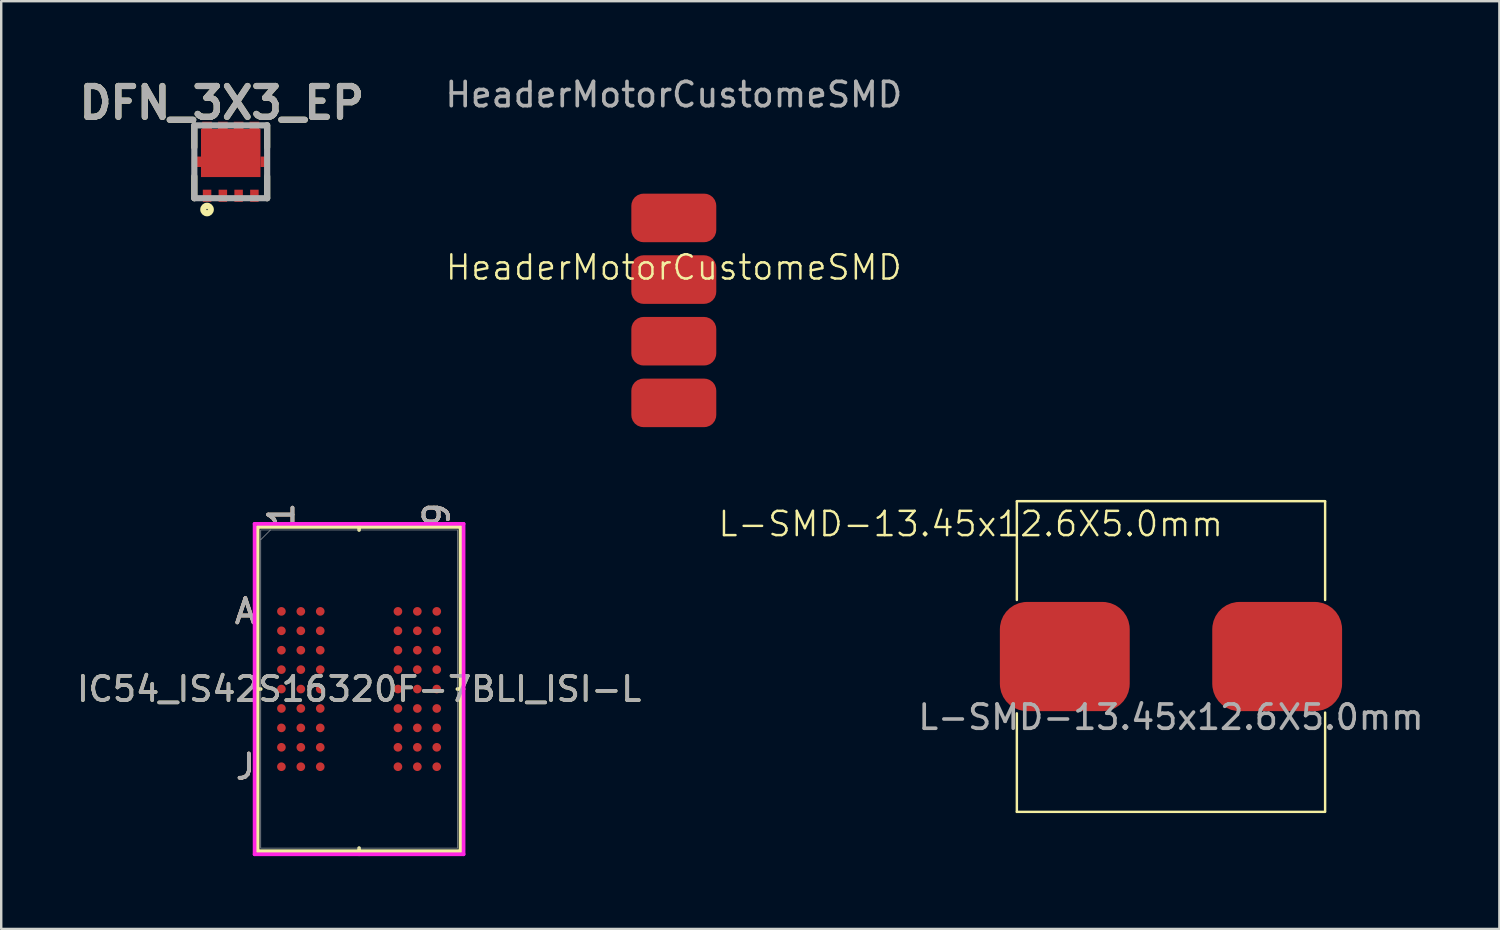
<source format=kicad_pcb>
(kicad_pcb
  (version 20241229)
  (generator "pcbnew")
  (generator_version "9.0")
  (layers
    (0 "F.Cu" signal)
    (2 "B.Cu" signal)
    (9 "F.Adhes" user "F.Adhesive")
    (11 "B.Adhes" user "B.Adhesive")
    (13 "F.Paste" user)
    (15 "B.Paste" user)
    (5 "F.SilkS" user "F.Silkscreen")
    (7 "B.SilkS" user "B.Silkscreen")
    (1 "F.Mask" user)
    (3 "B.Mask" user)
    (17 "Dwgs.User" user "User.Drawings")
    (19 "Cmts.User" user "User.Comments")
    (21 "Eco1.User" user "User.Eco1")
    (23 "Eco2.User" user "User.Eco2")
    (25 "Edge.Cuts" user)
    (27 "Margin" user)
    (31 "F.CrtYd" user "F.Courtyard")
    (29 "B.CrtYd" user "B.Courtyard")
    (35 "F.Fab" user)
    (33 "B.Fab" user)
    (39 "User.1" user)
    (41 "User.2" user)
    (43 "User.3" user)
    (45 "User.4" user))
  (footprint "IC54_IS42S16320F-7BLI_ISI-L"
    (layer "F.Cu")
    (at 11.744 25.338)
    (property "Reference" "IC54_IS42S16320F-7BLI_ISI-L" (at 0 0 0) (unlocked yes) (layer "F.SilkS") (effects (font (size 1 1) (thickness 0.15))))
    (attr smd)
    (fp_line (start -4.178 -6.68) (end -4.178 6.68) (stroke (width 0.152) (type solid)) (layer "F.SilkS"))
    (fp_line (start -4.178 6.68) (end 4.178 6.68) (stroke (width 0.152) (type solid)) (layer "F.SilkS"))
    (fp_line (start -4.051 0) (end -4.305 0) (stroke (width 0.152) (type solid)) (layer "F.SilkS"))
    (fp_line (start 0 -6.553) (end 0 -6.807) (stroke (width 0.152) (type solid)) (layer "F.SilkS"))
    (fp_line (start 0 6.553) (end 0 6.807) (stroke (width 0.152) (type solid)) (layer "F.SilkS"))
    (fp_line (start 4.051 0) (end 4.305 0) (stroke (width 0.152) (type solid)) (layer "F.SilkS"))
    (fp_line (start 4.178 -6.68) (end -4.178 -6.68) (stroke (width 0.152) (type solid)) (layer "F.SilkS"))
    (fp_line (start 4.178 6.68) (end 4.178 -6.68) (stroke (width 0.152) (type solid)) (layer "F.SilkS"))
    (fp_poly (pts (xy -4.045 -4.045) (xy 4.045 -4.045) (xy 4.045 4.045) (xy -4.045 4.045)) (stroke (width 0.1) (type solid)) (fill no) (layer "Eco2.User"))
    (fp_line (start -4.305 -6.807) (end 4.305 -6.807) (stroke (width 0.152) (type solid)) (layer "F.CrtYd"))
    (fp_line (start -4.305 6.807) (end -4.305 -6.807) (stroke (width 0.152) (type solid)) (layer "F.CrtYd"))
    (fp_line (start 4.305 -6.807) (end 4.305 6.807) (stroke (width 0.152) (type solid)) (layer "F.CrtYd"))
    (fp_line (start 4.305 6.807) (end -4.305 6.807) (stroke (width 0.152) (type solid)) (layer "F.CrtYd"))
    (fp_line (start -4.051 -6.553) (end -4.051 6.553) (stroke (width 0.025) (type solid)) (layer "F.Fab"))
    (fp_line (start -4.051 6.553) (end 4.051 6.553) (stroke (width 0.025) (type solid)) (layer "F.Fab"))
    (fp_line (start -3.651 -6.553) (end -4.051 -6.153) (stroke (width 0.025) (type solid)) (layer "F.Fab"))
    (fp_line (start 4.051 -6.553) (end -4.051 -6.553) (stroke (width 0.025) (type solid)) (layer "F.Fab"))
    (fp_line (start 4.051 6.553) (end 4.051 -6.553) (stroke (width 0.025) (type solid)) (layer "F.Fab"))
    (fp_text user "A" (at -4.686 -3.2 0) (unlocked yes) (layer "F.SilkS") (effects (font (size 1 1) (thickness 0.15))))
    (fp_text user "J" (at -4.686 3.2 0) (unlocked yes) (layer "F.SilkS") (effects (font (size 1 1) (thickness 0.15))))
    (fp_text user "1" (at -3.2 -7.188 90) (unlocked yes) (layer "F.SilkS") (effects (font (size 1 1) (thickness 0.15))))
    (fp_text user "9" (at 3.2 -7.188 90) (unlocked yes) (layer "F.SilkS") (effects (font (size 1 1) (thickness 0.15))))
    (fp_text user "9" (at 3.2 -7.188 90) (unlocked yes) (layer "B.SilkS") (effects (font (size 1 1) (thickness 0.15))))
    (fp_text user "J" (at -4.686 3.2 0) (unlocked yes) (layer "B.SilkS") (effects (font (size 1 1) (thickness 0.15))))
    (fp_text user "1" (at -3.2 -7.188 90) (unlocked yes) (layer "B.SilkS") (effects (font (size 1 1) (thickness 0.15))))
    (fp_text user "A" (at -4.686 -3.2 0) (unlocked yes) (layer "B.SilkS") (effects (font (size 1 1) (thickness 0.15))))
    (fp_text user "${REFERENCE}" (at 0 0 0) (unlocked yes) (layer "F.Fab") (effects (font (size 1 1) (thickness 0.15))))
    (fp_text user "1" (at -3.2 -7.188 90) (unlocked yes) (layer "F.Fab") (effects (font (size 1 1) (thickness 0.15))))
    (fp_text user "J" (at -4.686 3.2 0) (unlocked yes) (layer "F.Fab") (effects (font (size 1 1) (thickness 0.15))))
    (fp_text user "9" (at 3.2 -7.188 90) (unlocked yes) (layer "F.Fab") (effects (font (size 1 1) (thickness 0.15))))
    (fp_text user "A" (at -4.686 -3.2 0) (unlocked yes) (layer "F.Fab") (effects (font (size 1 1) (thickness 0.15))))
    (pad "A1" smd circle (at -3.2 -3.2) (size 0.356 0.356) (layers "F.Cu" "F.Mask" "F.Paste"))
    (pad "A2" smd circle (at -2.4 -3.2) (size 0.356 0.356) (layers "F.Cu" "F.Mask" "F.Paste"))
    (pad "A3" smd circle (at -1.6 -3.2) (size 0.356 0.356) (layers "F.Cu" "F.Mask" "F.Paste"))
    (pad "A7" smd circle (at 1.6 -3.2) (size 0.356 0.356) (layers "F.Cu" "F.Mask" "F.Paste"))
    (pad "A8" smd circle (at 2.4 -3.2) (size 0.356 0.356) (layers "F.Cu" "F.Mask" "F.Paste"))
    (pad "A9" smd circle (at 3.2 -3.2) (size 0.356 0.356) (layers "F.Cu" "F.Mask" "F.Paste"))
    (pad "B1" smd circle (at -3.2 -2.4) (size 0.356 0.356) (layers "F.Cu" "F.Mask" "F.Paste"))
    (pad "B2" smd circle (at -2.4 -2.4) (size 0.356 0.356) (layers "F.Cu" "F.Mask" "F.Paste"))
    (pad "B3" smd circle (at -1.6 -2.4) (size 0.356 0.356) (layers "F.Cu" "F.Mask" "F.Paste"))
    (pad "B7" smd circle (at 1.6 -2.4) (size 0.356 0.356) (layers "F.Cu" "F.Mask" "F.Paste"))
    (pad "B8" smd circle (at 2.4 -2.4) (size 0.356 0.356) (layers "F.Cu" "F.Mask" "F.Paste"))
    (pad "B9" smd circle (at 3.2 -2.4) (size 0.356 0.356) (layers "F.Cu" "F.Mask" "F.Paste"))
    (pad "C1" smd circle (at -3.2 -1.6) (size 0.356 0.356) (layers "F.Cu" "F.Mask" "F.Paste"))
    (pad "C2" smd circle (at -2.4 -1.6) (size 0.356 0.356) (layers "F.Cu" "F.Mask" "F.Paste"))
    (pad "C3" smd circle (at -1.6 -1.6) (size 0.356 0.356) (layers "F.Cu" "F.Mask" "F.Paste"))
    (pad "C7" smd circle (at 1.6 -1.6) (size 0.356 0.356) (layers "F.Cu" "F.Mask" "F.Paste"))
    (pad "C8" smd circle (at 2.4 -1.6) (size 0.356 0.356) (layers "F.Cu" "F.Mask" "F.Paste"))
    (pad "C9" smd circle (at 3.2 -1.6) (size 0.356 0.356) (layers "F.Cu" "F.Mask" "F.Paste"))
    (pad "D1" smd circle (at -3.2 -0.8) (size 0.356 0.356) (layers "F.Cu" "F.Mask" "F.Paste"))
    (pad "D2" smd circle (at -2.4 -0.8) (size 0.356 0.356) (layers "F.Cu" "F.Mask" "F.Paste"))
    (pad "D3" smd circle (at -1.6 -0.8) (size 0.356 0.356) (layers "F.Cu" "F.Mask" "F.Paste"))
    (pad "D7" smd circle (at 1.6 -0.8) (size 0.356 0.356) (layers "F.Cu" "F.Mask" "F.Paste"))
    (pad "D8" smd circle (at 2.4 -0.8) (size 0.356 0.356) (layers "F.Cu" "F.Mask" "F.Paste"))
    (pad "D9" smd circle (at 3.2 -0.8) (size 0.356 0.356) (layers "F.Cu" "F.Mask" "F.Paste"))
    (pad "E1" smd circle (at -3.2 0) (size 0.356 0.356) (layers "F.Cu" "F.Mask" "F.Paste"))
    (pad "E2" smd circle (at -2.4 0) (size 0.356 0.356) (layers "F.Cu" "F.Mask" "F.Paste"))
    (pad "E3" smd circle (at -1.6 0) (size 0.356 0.356) (layers "F.Cu" "F.Mask" "F.Paste"))
    (pad "E7" smd circle (at 1.6 0) (size 0.356 0.356) (layers "F.Cu" "F.Mask" "F.Paste"))
    (pad "E8" smd circle (at 2.4 0) (size 0.356 0.356) (layers "F.Cu" "F.Mask" "F.Paste"))
    (pad "E9" smd circle (at 3.2 0) (size 0.356 0.356) (layers "F.Cu" "F.Mask" "F.Paste"))
    (pad "F1" smd circle (at -3.2 0.8) (size 0.356 0.356) (layers "F.Cu" "F.Mask" "F.Paste"))
    (pad "F2" smd circle (at -2.4 0.8) (size 0.356 0.356) (layers "F.Cu" "F.Mask" "F.Paste"))
    (pad "F3" smd circle (at -1.6 0.8) (size 0.356 0.356) (layers "F.Cu" "F.Mask" "F.Paste"))
    (pad "F7" smd circle (at 1.6 0.8) (size 0.356 0.356) (layers "F.Cu" "F.Mask" "F.Paste"))
    (pad "F8" smd circle (at 2.4 0.8) (size 0.356 0.356) (layers "F.Cu" "F.Mask" "F.Paste"))
    (pad "F9" smd circle (at 3.2 0.8) (size 0.356 0.356) (layers "F.Cu" "F.Mask" "F.Paste"))
    (pad "G1" smd circle (at -3.2 1.6) (size 0.356 0.356) (layers "F.Cu" "F.Mask" "F.Paste"))
    (pad "G2" smd circle (at -2.4 1.6) (size 0.356 0.356) (layers "F.Cu" "F.Mask" "F.Paste"))
    (pad "G3" smd circle (at -1.6 1.6) (size 0.356 0.356) (layers "F.Cu" "F.Mask" "F.Paste"))
    (pad "G7" smd circle (at 1.6 1.6) (size 0.356 0.356) (layers "F.Cu" "F.Mask" "F.Paste"))
    (pad "G8" smd circle (at 2.4 1.6) (size 0.356 0.356) (layers "F.Cu" "F.Mask" "F.Paste"))
    (pad "G9" smd circle (at 3.2 1.6) (size 0.356 0.356) (layers "F.Cu" "F.Mask" "F.Paste"))
    (pad "H1" smd circle (at -3.2 2.4) (size 0.356 0.356) (layers "F.Cu" "F.Mask" "F.Paste"))
    (pad "H2" smd circle (at -2.4 2.4) (size 0.356 0.356) (layers "F.Cu" "F.Mask" "F.Paste"))
    (pad "H3" smd circle (at -1.6 2.4) (size 0.356 0.356) (layers "F.Cu" "F.Mask" "F.Paste"))
    (pad "H7" smd circle (at 1.6 2.4) (size 0.356 0.356) (layers "F.Cu" "F.Mask" "F.Paste"))
    (pad "H8" smd circle (at 2.4 2.4) (size 0.356 0.356) (layers "F.Cu" "F.Mask" "F.Paste"))
    (pad "H9" smd circle (at 3.2 2.4) (size 0.356 0.356) (layers "F.Cu" "F.Mask" "F.Paste"))
    (pad "J1" smd circle (at -3.2 3.2) (size 0.356 0.356) (layers "F.Cu" "F.Mask" "F.Paste"))
    (pad "J2" smd circle (at -2.4 3.2) (size 0.356 0.356) (layers "F.Cu" "F.Mask" "F.Paste"))
    (pad "J3" smd circle (at -1.6 3.2) (size 0.356 0.356) (layers "F.Cu" "F.Mask" "F.Paste"))
    (pad "J7" smd circle (at 1.6 3.2) (size 0.356 0.356) (layers "F.Cu" "F.Mask" "F.Paste"))
    (pad "J8" smd circle (at 2.4 3.2) (size 0.356 0.356) (layers "F.Cu" "F.Mask" "F.Paste"))
    (pad "J9" smd circle (at 3.2 3.2) (size 0.356 0.356) (layers "F.Cu" "F.Mask" "F.Paste")))
  (footprint "HeaderMotorCustomeSMD"
    (layer "F.Cu")
    (at 24.71 9.738)
    (property "Reference" "HeaderMotorCustomeSMD" (at 0 -1.77 0) (unlocked yes) (layer "F.SilkS") (effects (font (size 1 1) (thickness 0.1))))
    (attr smd)
    (fp_text user "${REFERENCE}" (at 0 -8.89 0) (unlocked yes) (layer "F.Fab") (effects (font (size 1 1) (thickness 0.15))))
    (pad "1" smd roundrect (at 0 -3.81) (size 3.5 2) (layers "F.Cu" "F.Mask" "F.Paste") (roundrect_rratio 0.25))
    (pad "2" smd roundrect (at 0 -1.27) (size 3.5 2) (layers "F.Cu" "F.Mask" "F.Paste") (roundrect_rratio 0.25))
    (pad "3" smd roundrect (at 0 1.27) (size 3.5 2) (layers "F.Cu" "F.Mask" "F.Paste") (roundrect_rratio 0.25))
    (pad "4" smd roundrect (at 0 3.81) (size 3.5 2) (layers "F.Cu" "F.Mask" "F.Paste") (roundrect_rratio 0.25)))
  (footprint "DFN_3X3_EP"
    (layer "F.Cu")
    (at 6.456 3.615)
    (property "Reference" "DFN_3X3_EP" (at -0.366 -2.426 0) (layer "F.SilkS") (effects (font (size 1.27 1.27) (thickness 0.254))))
    (attr smd)
    (fp_line (start -1.5 -1.5) (end -1.5 -0.6) (stroke (width 0.254) (type solid)) (layer "F.SilkS"))
    (fp_line (start -1.5 1.5) (end -1.5 0.6) (stroke (width 0.254) (type solid)) (layer "F.SilkS"))
    (fp_line (start 1.5 -1.5) (end 1.5 -0.6) (stroke (width 0.254) (type solid)) (layer "F.SilkS"))
    (fp_line (start 1.5 1.5) (end 1.5 0.6) (stroke (width 0.254) (type solid)) (layer "F.SilkS"))
    (fp_circle (center -0.976 1.967) (end -0.976 1.994) (stroke (width 0.254) (type solid)) (fill no) (layer "F.SilkS"))
    (fp_line (start -1.5 -1.5) (end 1.5 -1.5) (stroke (width 0.254) (type solid)) (layer "F.Fab"))
    (fp_line (start -1.5 1.5) (end -1.5 -1.5) (stroke (width 0.254) (type solid)) (layer "F.Fab"))
    (fp_line (start 1.5 -1.5) (end 1.5 1.5) (stroke (width 0.254) (type solid)) (layer "F.Fab"))
    (fp_line (start 1.5 1.5) (end -1.5 1.5) (stroke (width 0.254) (type solid)) (layer "F.Fab"))
    (fp_text user "${REFERENCE}" (at -0.366 -2.426 0) (layer "F.Fab") (effects (font (size 1.27 1.27) (thickness 0.254))))
    (pad "1" smd rect (at -0.975 1.4) (size 0.35 0.5) (layers "F.Cu" "F.Mask" "F.Paste"))
    (pad "2" smd rect (at -0.325 1.4) (size 0.35 0.5) (layers "F.Cu" "F.Mask" "F.Paste"))
    (pad "3" smd rect (at 0.325 1.4) (size 0.35 0.5) (layers "F.Cu" "F.Mask" "F.Paste"))
    (pad "4" smd rect (at 0.975 1.4) (size 0.35 0.5) (layers "F.Cu" "F.Mask" "F.Paste"))
    (pad "5" smd rect (at 0.975 -1.5 90) (size 0.3 0.4) (layers "F.Cu" "F.Mask" "F.Paste"))
    (pad "6" smd rect (at 0.325 -1.5 90) (size 0.3 0.4) (layers "F.Cu" "F.Mask" "F.Paste"))
    (pad "7" smd rect (at -0.325 -1.5 90) (size 0.3 0.4) (layers "F.Cu" "F.Mask" "F.Paste"))
    (pad "8" smd rect (at -0.975 -1.5 90) (size 0.3 0.4) (layers "F.Cu" "F.Mask" "F.Paste"))
    (pad "9" smd rect (at -1.415 0) (size 0.38 0.43) (layers "F.Cu" "F.Mask" "F.Paste"))
    (pad "10" smd rect (at 0 -0.36 90) (size 1.98 2.45) (layers "F.Cu" "F.Mask" "F.Paste"))
    (pad "11" smd rect (at 1.415 0) (size 0.38 0.43) (layers "F.Cu" "F.Mask" "F.Paste")))
  (footprint "L-SMD-13.45x12.6X5.0mm"
    (layer "F.Cu")
    (at 45.193 23.988)
    (property "Reference" "L-SMD-13.45x12.6X5.0mm" (at -8.25 -5.45 0) (unlocked yes) (layer "F.SilkS") (effects (font (size 1 1) (thickness 0.1))))
    (attr smd)
    (fp_line (start -6.35 -6.39) (end 6.35 -6.39) (stroke (width 0.1) (type default)) (layer "F.SilkS"))
    (fp_line (start -6.35 -2.32) (end -6.35 -6.38) (stroke (width 0.1) (type default)) (layer "F.SilkS"))
    (fp_line (start -6.35 6.41) (end -6.35 2.35) (stroke (width 0.1) (type default)) (layer "F.SilkS"))
    (fp_line (start -6.35 6.41) (end 6.35 6.41) (stroke (width 0.1) (type default)) (layer "F.SilkS"))
    (fp_line (start 6.35 -2.32) (end 6.35 -6.38) (stroke (width 0.1) (type default)) (layer "F.SilkS"))
    (fp_line (start 6.35 6.38) (end 6.35 2.32) (stroke (width 0.1) (type default)) (layer "F.SilkS"))
    (fp_text user "${REFERENCE}" (at 0 2.51 0) (unlocked yes) (layer "F.Fab") (effects (font (size 1 1) (thickness 0.15))))
    (pad "1" smd roundrect (at 4.375 0.01) (size 5.35 4.5) (layers "F.Cu" "F.Mask" "F.Paste") (roundrect_rratio 0.25))
    (pad "2" smd roundrect (at -4.375 0.01) (size 5.35 4.5) (layers "F.Cu" "F.Mask" "F.Paste") (roundrect_rratio 0.25)))
  (gr_rect
    (start -3 -3)
    (end 58.723 35.221)
    (stroke (width 0.1) (type default))
    (fill no)
    (layer "Edge.Cuts")))
</source>
